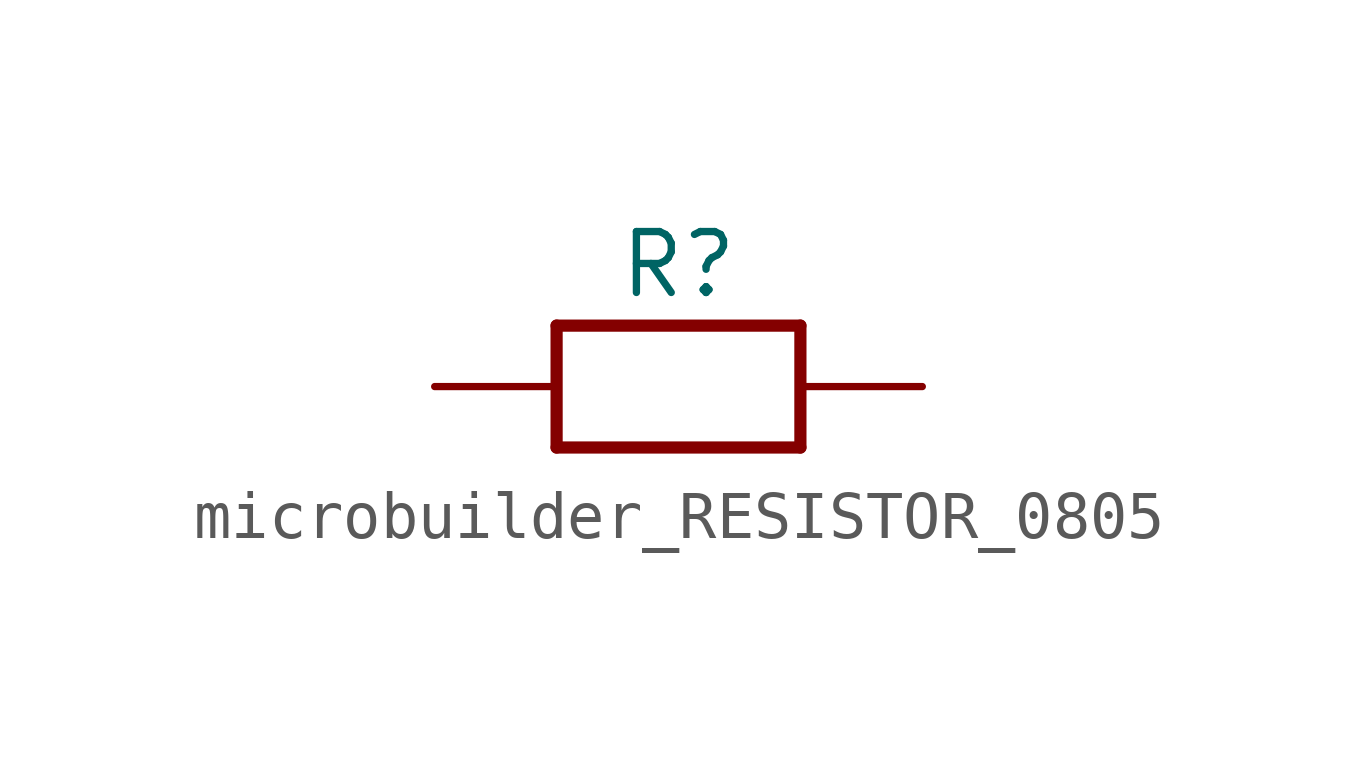
<source format=kicad_sym>
(kicad_symbol_lib
  (version 20231120)
  (generator "kicad_symbol_editor")
  (generator_version "8.0")
  (symbol "microbuilder_RESISTOR_0805"
    (property "Reference" "R"
      (at 0 2.54 0)
      (effects (font (size 1.27 1.27))))
    (property "Value" ""
      (at 0 0 0)
      (effects (font (size 1.016 1.016) (thickness 0.203) (bold yes))))
    (property "ki_locked" ""
      (at 0 0 0)
      (effects (font (size 1.27 1.27))))
    (symbol "microbuilder_RESISTOR_0805_1_0"
      (polyline (pts (xy -2.54 -1.27) (xy -2.54 1.27)) (stroke (width 0.254) (type solid)) (fill (type none)))
      (polyline (pts (xy -2.54 1.27) (xy 2.54 1.27)) (stroke (width 0.254) (type solid)) (fill (type none)))
      (polyline (pts (xy 2.54 -1.27) (xy -2.54 -1.27)) (stroke (width 0.254) (type solid)) (fill (type none)))
      (polyline (pts (xy 2.54 1.27) (xy 2.54 -1.27)) (stroke (width 0.254) (type solid)) (fill (type none)))
      (pin passive line (at -5.08 0 0) (length 2.54) (name "1" (effects (font (size 0 0)))) (number "1" (effects (font (size 0 0)))))
      (pin passive line (at 5.08 0 180) (length 2.54) (name "2" (effects (font (size 0 0)))) (number "2" (effects (font (size 0 0))))))))
</source>
